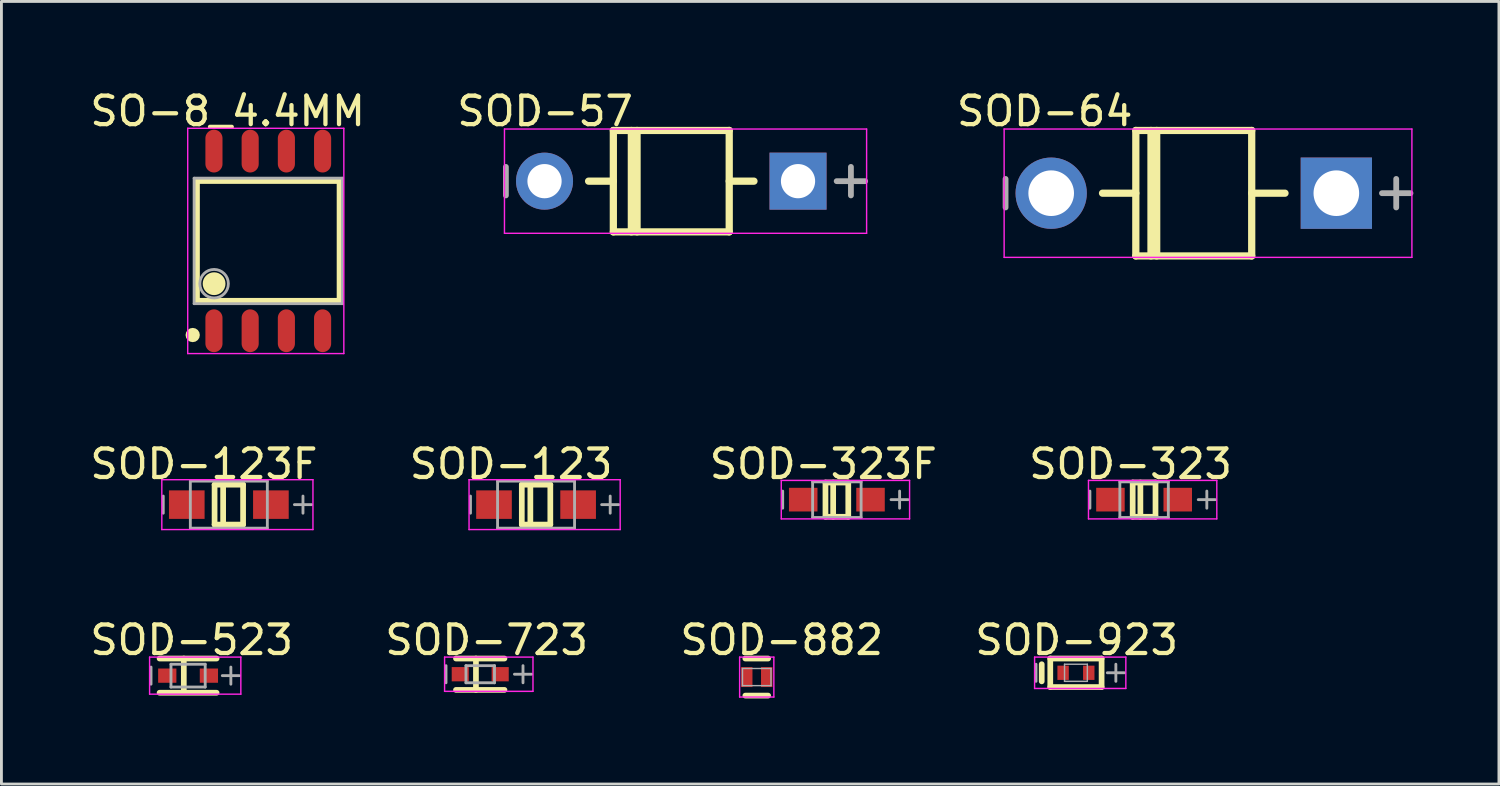
<source format=kicad_pcb>
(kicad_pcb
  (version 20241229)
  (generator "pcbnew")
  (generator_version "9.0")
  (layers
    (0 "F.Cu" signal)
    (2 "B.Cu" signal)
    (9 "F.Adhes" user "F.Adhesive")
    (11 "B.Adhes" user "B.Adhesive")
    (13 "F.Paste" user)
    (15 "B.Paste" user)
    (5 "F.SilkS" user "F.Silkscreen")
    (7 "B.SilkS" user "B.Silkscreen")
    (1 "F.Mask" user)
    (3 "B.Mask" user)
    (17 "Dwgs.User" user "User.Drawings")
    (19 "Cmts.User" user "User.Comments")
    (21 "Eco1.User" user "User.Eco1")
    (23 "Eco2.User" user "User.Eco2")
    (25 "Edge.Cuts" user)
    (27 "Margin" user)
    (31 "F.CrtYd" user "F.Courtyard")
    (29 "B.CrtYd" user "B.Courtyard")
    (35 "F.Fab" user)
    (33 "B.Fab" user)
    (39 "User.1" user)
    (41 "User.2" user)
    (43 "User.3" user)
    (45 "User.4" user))
  (footprint "SO-8_4.4MM"
    (layer "F.Cu")
    (at 6.358 5.399)
    (property "Reference" "SO-8_4.4MM" (at -1.424 -4.551 0) (layer "F.SilkS") (effects (font (size 1 1) (thickness 0.15))))
    (attr through_hole)
    (fp_line (start -2.5 -2.1) (end 2.5 -2.1) (stroke (width 0.2) (type solid)) (layer "F.SilkS"))
    (fp_line (start -2.5 2.1) (end -2.5 -2.1) (stroke (width 0.2) (type solid)) (layer "F.SilkS"))
    (fp_line (start -2.5 2.1) (end 2.5 2.1) (stroke (width 0.2) (type solid)) (layer "F.SilkS"))
    (fp_line (start 2.5 2.1) (end 2.5 -2.1) (stroke (width 0.2) (type solid)) (layer "F.SilkS"))
    (fp_circle (center -2.65 3.3) (end -2.525 3.3) (stroke (width 0.25) (type solid)) (fill no) (layer "F.SilkS"))
    (fp_circle (center -1.9 1.5) (end -1.7 1.5) (stroke (width 0.4) (type solid)) (fill no) (layer "F.SilkS"))
    (fp_line (start -2.825 -3.95) (end 2.65 -3.95) (stroke (width 0.05) (type solid)) (layer "F.CrtYd"))
    (fp_line (start -2.825 3.95) (end -2.825 -3.95) (stroke (width 0.05) (type solid)) (layer "F.CrtYd"))
    (fp_line (start 2.65 -3.95) (end 2.65 3.95) (stroke (width 0.05) (type solid)) (layer "F.CrtYd"))
    (fp_line (start 2.65 3.95) (end -2.825 3.95) (stroke (width 0.05) (type solid)) (layer "F.CrtYd"))
    (fp_line (start -2.6 -2.2) (end 2.6 -2.2) (stroke (width 0.1) (type solid)) (layer "F.Fab"))
    (fp_line (start -2.6 2.2) (end -2.6 -2.2) (stroke (width 0.1) (type solid)) (layer "F.Fab"))
    (fp_line (start -2.6 2.2) (end 2.6 2.2) (stroke (width 0.1) (type solid)) (layer "F.Fab"))
    (fp_line (start 2.6 2.2) (end 2.6 -2.2) (stroke (width 0.1) (type solid)) (layer "F.Fab"))
    (fp_circle (center -1.9 1.5) (end -1.4 1.5) (stroke (width 0.1) (type solid)) (fill no) (layer "F.Fab"))
    (pad "1" smd oval (at -1.905 3.15 180) (size 0.6 1.5) (layers "F.Cu" "F.Mask" "F.Paste"))
    (pad "2" smd oval (at -0.635 3.15 180) (size 0.6 1.5) (layers "F.Cu" "F.Mask" "F.Paste"))
    (pad "3" smd oval (at 0.635 3.15 180) (size 0.6 1.5) (layers "F.Cu" "F.Mask" "F.Paste"))
    (pad "4" smd oval (at 1.905 3.15 180) (size 0.6 1.5) (layers "F.Cu" "F.Mask" "F.Paste"))
    (pad "5" smd oval (at 1.905 -3.15 180) (size 0.6 1.5) (layers "F.Cu" "F.Mask" "F.Paste"))
    (pad "6" smd oval (at 0.635 -3.15 180) (size 0.6 1.5) (layers "F.Cu" "F.Mask" "F.Paste"))
    (pad "7" smd oval (at -0.635 -3.15 180) (size 0.6 1.5) (layers "F.Cu" "F.Mask" "F.Paste"))
    (pad "8" smd oval (at -1.905 -3.15 180) (size 0.6 1.5) (layers "F.Cu" "F.Mask" "F.Paste")))
  (footprint "SOD-323"
    (layer "F.Cu")
    (at 37.072 14.472)
    (property "Reference" "SOD-323" (at -0.474 -1.249 0) (layer "F.SilkS") (effects (font (size 1 1) (thickness 0.15))))
    (attr through_hole)
    (fp_line (start -0.4 -0.6) (end 0.4 -0.6) (stroke (width 0.2) (type solid)) (layer "F.SilkS"))
    (fp_line (start -0.4 0.6) (end -0.4 -0.6) (stroke (width 0.2) (type solid)) (layer "F.SilkS"))
    (fp_line (start -0.4 0.6) (end 0.4 0.6) (stroke (width 0.2) (type solid)) (layer "F.SilkS"))
    (fp_line (start -0.13 0.6) (end -0.13 -0.6) (stroke (width 0.2) (type solid)) (layer "F.SilkS"))
    (fp_line (start 0.4 0.6) (end 0.4 -0.6) (stroke (width 0.2) (type solid)) (layer "F.SilkS"))
    (fp_line (start -1.95 -0.675) (end 2.55 -0.675) (stroke (width 0.05) (type solid)) (layer "F.CrtYd"))
    (fp_line (start -1.95 0.675) (end -1.95 -0.675) (stroke (width 0.05) (type solid)) (layer "F.CrtYd"))
    (fp_line (start 2.55 -0.675) (end 2.55 0.675) (stroke (width 0.05) (type solid)) (layer "F.CrtYd"))
    (fp_line (start 2.55 0.675) (end -1.95 0.675) (stroke (width 0.05) (type solid)) (layer "F.CrtYd"))
    (fp_line (start -1.9 0.3) (end -1.9 -0.3) (stroke (width 0.1) (type solid)) (layer "F.Fab"))
    (fp_line (start -0.85 -0.625) (end 0.85 -0.625) (stroke (width 0.1) (type solid)) (layer "F.Fab"))
    (fp_line (start -0.85 0.625) (end -0.85 -0.625) (stroke (width 0.1) (type solid)) (layer "F.Fab"))
    (fp_line (start -0.85 0.625) (end 0.85 0.625) (stroke (width 0.1) (type solid)) (layer "F.Fab"))
    (fp_line (start 0.85 0.625) (end 0.85 -0.625) (stroke (width 0.1) (type solid)) (layer "F.Fab"))
    (fp_line (start 1.9 0) (end 2.5 0) (stroke (width 0.1) (type solid)) (layer "F.Fab"))
    (fp_line (start 2.2 0.3) (end 2.2 -0.3) (stroke (width 0.1) (type solid)) (layer "F.Fab"))
    (pad "1" smd rect (at 1.18 0) (size 1 0.83) (layers "F.Cu" "F.Mask" "F.Paste"))
    (pad "2" smd rect (at -1.18 0) (size 1 0.83) (layers "F.Cu" "F.Mask" "F.Paste")))
  (footprint "SOD-123F"
    (layer "F.Cu")
    (at 4.975 14.647)
    (property "Reference" "SOD-123F" (at -0.874 -1.424 0) (layer "F.SilkS") (effects (font (size 1 1) (thickness 0.15))))
    (attr through_hole)
    (fp_line (start -0.5 -0.7) (end 0.5 -0.7) (stroke (width 0.2) (type solid)) (layer "F.SilkS"))
    (fp_line (start -0.5 0.7) (end -0.5 -0.7) (stroke (width 0.2) (type solid)) (layer "F.SilkS"))
    (fp_line (start -0.5 0.7) (end 0.5 0.7) (stroke (width 0.2) (type solid)) (layer "F.SilkS"))
    (fp_line (start -0.2 0.7) (end -0.2 -0.7) (stroke (width 0.2) (type solid)) (layer "F.SilkS"))
    (fp_line (start 0.5 0.7) (end 0.5 -0.7) (stroke (width 0.2) (type solid)) (layer "F.SilkS"))
    (fp_line (start -2.35 -0.875) (end 2.95 -0.875) (stroke (width 0.05) (type solid)) (layer "F.CrtYd"))
    (fp_line (start -2.35 0.875) (end -2.35 -0.875) (stroke (width 0.05) (type solid)) (layer "F.CrtYd"))
    (fp_line (start 2.95 -0.875) (end 2.95 0.875) (stroke (width 0.05) (type solid)) (layer "F.CrtYd"))
    (fp_line (start 2.95 0.875) (end -2.35 0.875) (stroke (width 0.05) (type solid)) (layer "F.CrtYd"))
    (fp_line (start -2.3 0.3) (end -2.3 -0.3) (stroke (width 0.1) (type solid)) (layer "F.Fab"))
    (fp_line (start -1.35 -0.825) (end 1.35 -0.825) (stroke (width 0.1) (type solid)) (layer "F.Fab"))
    (fp_line (start -1.35 0.825) (end -1.35 -0.825) (stroke (width 0.1) (type solid)) (layer "F.Fab"))
    (fp_line (start -1.35 0.825) (end 1.35 0.825) (stroke (width 0.1) (type solid)) (layer "F.Fab"))
    (fp_line (start 1.35 0.825) (end 1.35 -0.825) (stroke (width 0.1) (type solid)) (layer "F.Fab"))
    (fp_line (start 2.3 0) (end 2.9 0) (stroke (width 0.1) (type solid)) (layer "F.Fab"))
    (fp_line (start 2.6 0.3) (end 2.6 -0.3) (stroke (width 0.1) (type solid)) (layer "F.Fab"))
    (pad "1" smd rect (at 1.475 0 180) (size 1.25 1) (layers "F.Cu" "F.Mask" "F.Paste"))
    (pad "2" smd rect (at -1.475 0 180) (size 1.25 1) (layers "F.Cu" "F.Mask" "F.Paste")))
  (footprint "SOD-523"
    (layer "F.Cu")
    (at 3.546 20.644)
    (property "Reference" "SOD-523" (at 0.126 -1.249 0) (layer "F.SilkS") (effects (font (size 1 1) (thickness 0.15))))
    (attr through_hole)
    (fp_line (start -1 -0.6) (end 1 -0.6) (stroke (width 0.2) (type solid)) (layer "F.SilkS"))
    (fp_line (start -1 0.6) (end 1 0.6) (stroke (width 0.2) (type solid)) (layer "F.SilkS"))
    (fp_line (start -0.15 0.575) (end -0.15 -0.6) (stroke (width 0.2) (type solid)) (layer "F.SilkS"))
    (fp_line (start -1.35 -0.65) (end 1.85 -0.65) (stroke (width 0.05) (type solid)) (layer "F.CrtYd"))
    (fp_line (start -1.35 0.65) (end -1.35 -0.65) (stroke (width 0.05) (type solid)) (layer "F.CrtYd"))
    (fp_line (start 1.85 -0.65) (end 1.85 0.65) (stroke (width 0.05) (type solid)) (layer "F.CrtYd"))
    (fp_line (start 1.85 0.65) (end -1.35 0.65) (stroke (width 0.05) (type solid)) (layer "F.CrtYd"))
    (fp_line (start -1.3 0.3) (end -1.3 -0.3) (stroke (width 0.1) (type solid)) (layer "F.Fab"))
    (fp_line (start -0.6 -0.4) (end 0.6 -0.4) (stroke (width 0.1) (type solid)) (layer "F.Fab"))
    (fp_line (start -0.6 0.4) (end -0.6 -0.4) (stroke (width 0.1) (type solid)) (layer "F.Fab"))
    (fp_line (start -0.6 0.4) (end 0.6 0.4) (stroke (width 0.1) (type solid)) (layer "F.Fab"))
    (fp_line (start 0.6 0.4) (end 0.6 -0.4) (stroke (width 0.1) (type solid)) (layer "F.Fab"))
    (fp_line (start 1.2 0) (end 1.8 0) (stroke (width 0.1) (type solid)) (layer "F.Fab"))
    (fp_line (start 1.5 0.3) (end 1.5 -0.3) (stroke (width 0.1) (type solid)) (layer "F.Fab"))
    (pad "1" smd rect (at 0.73 0 180) (size 0.64 0.5) (layers "F.Cu" "F.Mask" "F.Paste"))
    (pad "2" smd rect (at -0.73 0 180) (size 0.64 0.5) (layers "F.Cu" "F.Mask" "F.Paste")))
  (footprint "SOD-64"
    (layer "F.Cu")
    (at 38.814 3.725)
    (property "Reference" "SOD-64" (at -5.225 -2.876 0) (layer "F.SilkS") (effects (font (size 1 1) (thickness 0.15))))
    (attr through_hole)
    (fp_line (start -3.2 0) (end -2.032 0) (stroke (width 0.254) (type solid)) (layer "F.SilkS"))
    (fp_line (start -2.032 -2.2) (end 2.032 -2.2) (stroke (width 0.254) (type solid)) (layer "F.SilkS"))
    (fp_line (start -2.032 2.2) (end -2.032 -2.2) (stroke (width 0.254) (type solid)) (layer "F.SilkS"))
    (fp_line (start -2.032 2.2) (end 2.032 2.2) (stroke (width 0.254) (type solid)) (layer "F.SilkS"))
    (fp_line (start -1.5 2.2) (end -1.5 -2.2) (stroke (width 0.254) (type solid)) (layer "F.SilkS"))
    (fp_line (start -1.3 2.2) (end -1.3 -2.2) (stroke (width 0.254) (type solid)) (layer "F.SilkS"))
    (fp_line (start 2.032 0) (end 3.2 0) (stroke (width 0.254) (type solid)) (layer "F.SilkS"))
    (fp_line (start 2.032 2.2) (end 2.032 -2.2) (stroke (width 0.254) (type solid)) (layer "F.SilkS"))
    (fp_line (start -6.65 -2.25) (end 7.65 -2.25) (stroke (width 0.05) (type solid)) (layer "F.CrtYd"))
    (fp_line (start -6.65 2.25) (end -6.65 -2.25) (stroke (width 0.05) (type solid)) (layer "F.CrtYd"))
    (fp_line (start 7.65 -2.25) (end 7.65 2.25) (stroke (width 0.05) (type solid)) (layer "F.CrtYd"))
    (fp_line (start 7.65 2.25) (end -6.65 2.25) (stroke (width 0.05) (type solid)) (layer "F.CrtYd"))
    (fp_line (start -6.6 0.5) (end -6.6 -0.5) (stroke (width 0.203) (type solid)) (layer "F.Fab"))
    (fp_line (start 6.6 0) (end 7.6 0) (stroke (width 0.203) (type solid)) (layer "F.Fab"))
    (fp_line (start 7.1 0.5) (end 7.1 -0.5) (stroke (width 0.203) (type solid)) (layer "F.Fab"))
    (pad "1" thru_hole rect (at 5 0 180) (size 2.5 2.5) (drill 1.6) (layers "*.Cu" "*.Mask"))
    (pad "2" thru_hole oval (at -5 0 180) (size 2.5 2.5) (drill 1.6) (layers "*.Cu" "*.Mask")))
  (footprint "SOD-923"
    (layer "F.Cu")
    (at 34.682 20.544)
    (property "Reference" "SOD-923" (at 0.026 -1.149 0) (layer "F.SilkS") (effects (font (size 1 1) (thickness 0.15))))
    (attr through_hole)
    (fp_line (start -1.2 0.3) (end -1.2 -0.3) (stroke (width 0.2) (type solid)) (layer "F.SilkS"))
    (fp_line (start -0.9 -0.5) (end 0.9 -0.5) (stroke (width 0.2) (type solid)) (layer "F.SilkS"))
    (fp_line (start -0.9 0.5) (end -0.9 -0.5) (stroke (width 0.2) (type solid)) (layer "F.SilkS"))
    (fp_line (start -0.9 0.5) (end 0.9 0.5) (stroke (width 0.2) (type solid)) (layer "F.SilkS"))
    (fp_line (start 0.9 0.5) (end 0.9 -0.5) (stroke (width 0.2) (type solid)) (layer "F.SilkS"))
    (fp_line (start -1.45 -0.55) (end 1.75 -0.55) (stroke (width 0.05) (type solid)) (layer "F.CrtYd"))
    (fp_line (start -1.45 0.55) (end -1.45 -0.55) (stroke (width 0.05) (type solid)) (layer "F.CrtYd"))
    (fp_line (start 1.75 -0.55) (end 1.75 0.55) (stroke (width 0.05) (type solid)) (layer "F.CrtYd"))
    (fp_line (start 1.75 0.55) (end -1.45 0.55) (stroke (width 0.05) (type solid)) (layer "F.CrtYd"))
    (fp_line (start -1.4 0.3) (end -1.4 -0.3) (stroke (width 0.1) (type solid)) (layer "F.Fab"))
    (fp_line (start -0.4 -0.3) (end 0.4 -0.3) (stroke (width 0.05) (type solid)) (layer "F.Fab"))
    (fp_line (start -0.4 0.3) (end -0.4 -0.3) (stroke (width 0.05) (type solid)) (layer "F.Fab"))
    (fp_line (start -0.4 0.3) (end 0.4 0.3) (stroke (width 0.05) (type solid)) (layer "F.Fab"))
    (fp_line (start 0.4 0.3) (end 0.4 -0.3) (stroke (width 0.05) (type solid)) (layer "F.Fab"))
    (fp_line (start 1.1 0) (end 1.7 0) (stroke (width 0.1) (type solid)) (layer "F.Fab"))
    (fp_line (start 1.4 0.3) (end 1.4 -0.3) (stroke (width 0.1) (type solid)) (layer "F.Fab"))
    (pad "1" smd rect (at 0.45 0) (size 0.4 0.5) (layers "F.Cu" "F.Mask" "F.Paste"))
    (pad "2" smd rect (at -0.45 0) (size 0.4 0.5) (layers "F.Cu" "F.Mask" "F.Paste")))
  (footprint "SOD-723"
    (layer "F.Cu")
    (at 13.791 20.594)
    (property "Reference" "SOD-723" (at 0.226 -1.199 0) (layer "F.SilkS") (effects (font (size 1 1) (thickness 0.15))))
    (attr through_hole)
    (fp_line (start -0.85 -0.55) (end 0.85 -0.55) (stroke (width 0.2) (type solid)) (layer "F.SilkS"))
    (fp_line (start -0.85 0.55) (end 0.85 0.55) (stroke (width 0.2) (type solid)) (layer "F.SilkS"))
    (fp_line (start -0.15 0.55) (end -0.15 -0.55) (stroke (width 0.2) (type solid)) (layer "F.SilkS"))
    (fp_line (start -1.25 -0.6) (end 1.85 -0.6) (stroke (width 0.05) (type solid)) (layer "F.CrtYd"))
    (fp_line (start -1.25 0.6) (end -1.25 -0.6) (stroke (width 0.05) (type solid)) (layer "F.CrtYd"))
    (fp_line (start 1.85 -0.6) (end 1.85 0.6) (stroke (width 0.05) (type solid)) (layer "F.CrtYd"))
    (fp_line (start 1.85 0.6) (end -1.25 0.6) (stroke (width 0.05) (type solid)) (layer "F.CrtYd"))
    (fp_line (start -1.2 0.3) (end -1.2 -0.3) (stroke (width 0.1) (type solid)) (layer "F.Fab"))
    (fp_line (start -0.5 -0.3) (end 0.5 -0.3) (stroke (width 0.1) (type solid)) (layer "F.Fab"))
    (fp_line (start -0.5 0.3) (end -0.5 -0.3) (stroke (width 0.1) (type solid)) (layer "F.Fab"))
    (fp_line (start -0.5 0.3) (end 0.5 0.3) (stroke (width 0.1) (type solid)) (layer "F.Fab"))
    (fp_line (start 0.5 0.3) (end 0.5 -0.3) (stroke (width 0.1) (type solid)) (layer "F.Fab"))
    (fp_line (start 1.2 0) (end 1.8 0) (stroke (width 0.1) (type solid)) (layer "F.Fab"))
    (fp_line (start 1.5 0.3) (end 1.5 -0.3) (stroke (width 0.1) (type solid)) (layer "F.Fab"))
    (pad "1" smd rect (at 0.7 0 180) (size 0.6 0.5) (layers "F.Cu" "F.Mask" "F.Paste"))
    (pad "2" smd rect (at -0.7 0 180) (size 0.6 0.5) (layers "F.Cu" "F.Mask" "F.Paste")))
  (footprint "SOD-123"
    (layer "F.Cu")
    (at 15.749 14.647)
    (property "Reference" "SOD-123" (at -0.874 -1.424 0) (layer "F.SilkS") (effects (font (size 1 1) (thickness 0.15))))
    (attr through_hole)
    (fp_line (start -0.5 -0.7) (end 0.5 -0.7) (stroke (width 0.2) (type solid)) (layer "F.SilkS"))
    (fp_line (start -0.5 0.7) (end -0.5 -0.7) (stroke (width 0.2) (type solid)) (layer "F.SilkS"))
    (fp_line (start -0.5 0.7) (end 0.5 0.7) (stroke (width 0.2) (type solid)) (layer "F.SilkS"))
    (fp_line (start -0.2 0.7) (end -0.2 -0.7) (stroke (width 0.2) (type solid)) (layer "F.SilkS"))
    (fp_line (start 0.5 0.7) (end 0.5 -0.7) (stroke (width 0.2) (type solid)) (layer "F.SilkS"))
    (fp_line (start -2.35 -0.875) (end 2.95 -0.875) (stroke (width 0.05) (type solid)) (layer "F.CrtYd"))
    (fp_line (start -2.35 0.875) (end -2.35 -0.875) (stroke (width 0.05) (type solid)) (layer "F.CrtYd"))
    (fp_line (start 2.95 -0.875) (end 2.95 0.875) (stroke (width 0.05) (type solid)) (layer "F.CrtYd"))
    (fp_line (start 2.95 0.875) (end -2.35 0.875) (stroke (width 0.05) (type solid)) (layer "F.CrtYd"))
    (fp_line (start -2.3 0.3) (end -2.3 -0.3) (stroke (width 0.1) (type solid)) (layer "F.Fab"))
    (fp_line (start -1.35 -0.825) (end 1.35 -0.825) (stroke (width 0.1) (type solid)) (layer "F.Fab"))
    (fp_line (start -1.35 0.825) (end -1.35 -0.825) (stroke (width 0.1) (type solid)) (layer "F.Fab"))
    (fp_line (start -1.35 0.825) (end 1.35 0.825) (stroke (width 0.1) (type solid)) (layer "F.Fab"))
    (fp_line (start 1.35 0.825) (end 1.35 -0.825) (stroke (width 0.1) (type solid)) (layer "F.Fab"))
    (fp_line (start 2.3 0) (end 2.9 0) (stroke (width 0.1) (type solid)) (layer "F.Fab"))
    (fp_line (start 2.6 0.3) (end 2.6 -0.3) (stroke (width 0.1) (type solid)) (layer "F.Fab"))
    (pad "1" smd rect (at 1.475 0 180) (size 1.25 1) (layers "F.Cu" "F.Mask" "F.Paste"))
    (pad "2" smd rect (at -1.475 0 180) (size 1.25 1) (layers "F.Cu" "F.Mask" "F.Paste")))
  (footprint "SOD-323F"
    (layer "F.Cu")
    (at 26.298 14.472)
    (property "Reference" "SOD-323F" (at -0.474 -1.249 0) (layer "F.SilkS") (effects (font (size 1 1) (thickness 0.15))))
    (attr through_hole)
    (fp_line (start -0.4 -0.6) (end 0.4 -0.6) (stroke (width 0.2) (type solid)) (layer "F.SilkS"))
    (fp_line (start -0.4 0.6) (end -0.4 -0.6) (stroke (width 0.2) (type solid)) (layer "F.SilkS"))
    (fp_line (start -0.4 0.6) (end 0.4 0.6) (stroke (width 0.2) (type solid)) (layer "F.SilkS"))
    (fp_line (start -0.13 0.6) (end -0.13 -0.6) (stroke (width 0.2) (type solid)) (layer "F.SilkS"))
    (fp_line (start 0.4 0.6) (end 0.4 -0.6) (stroke (width 0.2) (type solid)) (layer "F.SilkS"))
    (fp_line (start -1.95 -0.675) (end 2.55 -0.675) (stroke (width 0.05) (type solid)) (layer "F.CrtYd"))
    (fp_line (start -1.95 0.675) (end -1.95 -0.675) (stroke (width 0.05) (type solid)) (layer "F.CrtYd"))
    (fp_line (start 2.55 -0.675) (end 2.55 0.675) (stroke (width 0.05) (type solid)) (layer "F.CrtYd"))
    (fp_line (start 2.55 0.675) (end -1.95 0.675) (stroke (width 0.05) (type solid)) (layer "F.CrtYd"))
    (fp_line (start -1.9 0.3) (end -1.9 -0.3) (stroke (width 0.1) (type solid)) (layer "F.Fab"))
    (fp_line (start -0.85 -0.625) (end 0.85 -0.625) (stroke (width 0.1) (type solid)) (layer "F.Fab"))
    (fp_line (start -0.85 0.625) (end -0.85 -0.625) (stroke (width 0.1) (type solid)) (layer "F.Fab"))
    (fp_line (start -0.85 0.625) (end 0.85 0.625) (stroke (width 0.1) (type solid)) (layer "F.Fab"))
    (fp_line (start 0.85 0.625) (end 0.85 -0.625) (stroke (width 0.1) (type solid)) (layer "F.Fab"))
    (fp_line (start 1.9 0) (end 2.5 0) (stroke (width 0.1) (type solid)) (layer "F.Fab"))
    (fp_line (start 2.2 0.3) (end 2.2 -0.3) (stroke (width 0.1) (type solid)) (layer "F.Fab"))
    (pad "1" smd rect (at 1.18 0) (size 1 0.83) (layers "F.Cu" "F.Mask" "F.Paste"))
    (pad "2" smd rect (at -1.18 0) (size 1 0.83) (layers "F.Cu" "F.Mask" "F.Paste")))
  (footprint "SOD-57"
    (layer "F.Cu")
    (at 20.491 3.303)
    (property "Reference" "SOD-57" (at -4.425 -2.454 0) (layer "F.SilkS") (effects (font (size 1 1) (thickness 0.15))))
    (attr through_hole)
    (fp_line (start -2.9 0) (end -2.032 0) (stroke (width 0.254) (type solid)) (layer "F.SilkS"))
    (fp_line (start -2.032 -1.778) (end 2.032 -1.778) (stroke (width 0.254) (type solid)) (layer "F.SilkS"))
    (fp_line (start -2.032 1.778) (end -2.032 -1.778) (stroke (width 0.254) (type solid)) (layer "F.SilkS"))
    (fp_line (start -2.032 1.778) (end 2.032 1.778) (stroke (width 0.254) (type solid)) (layer "F.SilkS"))
    (fp_line (start -1.4 1.778) (end -1.4 -1.778) (stroke (width 0.254) (type solid)) (layer "F.SilkS"))
    (fp_line (start -1.2 1.778) (end -1.2 -1.778) (stroke (width 0.254) (type solid)) (layer "F.SilkS"))
    (fp_line (start 2.032 0) (end 2.9 0) (stroke (width 0.254) (type solid)) (layer "F.SilkS"))
    (fp_line (start 2.032 1.778) (end 2.032 -1.778) (stroke (width 0.254) (type solid)) (layer "F.SilkS"))
    (fp_line (start -5.85 -1.828) (end 6.85 -1.828) (stroke (width 0.05) (type solid)) (layer "F.CrtYd"))
    (fp_line (start -5.85 1.828) (end -5.85 -1.828) (stroke (width 0.05) (type solid)) (layer "F.CrtYd"))
    (fp_line (start 6.85 -1.828) (end 6.85 1.828) (stroke (width 0.05) (type solid)) (layer "F.CrtYd"))
    (fp_line (start 6.85 1.828) (end -5.85 1.828) (stroke (width 0.05) (type solid)) (layer "F.CrtYd"))
    (fp_line (start -5.8 0.5) (end -5.8 -0.5) (stroke (width 0.203) (type solid)) (layer "F.Fab"))
    (fp_line (start 5.8 0) (end 6.8 0) (stroke (width 0.203) (type solid)) (layer "F.Fab"))
    (fp_line (start 6.3 0.5) (end 6.3 -0.5) (stroke (width 0.203) (type solid)) (layer "F.Fab"))
    (pad "1" thru_hole rect (at 4.445 0 180) (size 2 2) (drill 1.2) (layers "*.Cu" "*.Mask"))
    (pad "2" thru_hole oval (at -4.445 0 180) (size 2 2) (drill 1.2) (layers "*.Cu" "*.Mask")))
  (footprint "SOD-882"
    (layer "F.Cu")
    (at 23.488 20.694)
    (property "Reference" "SOD-882" (at 0.876 -1.299 0) (layer "F.SilkS") (effects (font (size 1 1) (thickness 0.15))))
    (attr through_hole)
    (fp_line (start -0.4 -0.65) (end 0.4 -0.65) (stroke (width 0.2) (type solid)) (layer "F.SilkS"))
    (fp_line (start -0.4 0.65) (end 0.4 0.65) (stroke (width 0.2) (type solid)) (layer "F.SilkS"))
    (fp_line (start -0.6 -0.7) (end 0.6 -0.7) (stroke (width 0.05) (type solid)) (layer "F.CrtYd"))
    (fp_line (start -0.6 0.7) (end -0.6 -0.7) (stroke (width 0.05) (type solid)) (layer "F.CrtYd"))
    (fp_line (start 0.6 -0.7) (end 0.6 0.7) (stroke (width 0.05) (type solid)) (layer "F.CrtYd"))
    (fp_line (start 0.6 0.7) (end -0.6 0.7) (stroke (width 0.05) (type solid)) (layer "F.CrtYd"))
    (fp_line (start -0.5 -0.3) (end 0.5 -0.3) (stroke (width 0.05) (type solid)) (layer "F.Fab"))
    (fp_line (start -0.5 0.3) (end -0.5 -0.3) (stroke (width 0.05) (type solid)) (layer "F.Fab"))
    (fp_line (start -0.5 0.3) (end 0.5 0.3) (stroke (width 0.05) (type solid)) (layer "F.Fab"))
    (fp_line (start 0.5 0.3) (end 0.5 -0.3) (stroke (width 0.05) (type solid)) (layer "F.Fab"))
    (pad "1" smd rect (at 0.35 0) (size 0.4 0.7) (layers "F.Cu" "F.Mask" "F.Paste"))
    (pad "2" smd rect (at -0.35 0) (size 0.4 0.7) (layers "F.Cu" "F.Mask" "F.Paste")))
  (gr_rect
    (start -3 -3)
    (end 49.516 24.444)
    (stroke (width 0.1) (type default))
    (fill no)
    (layer "Edge.Cuts")))
</source>
